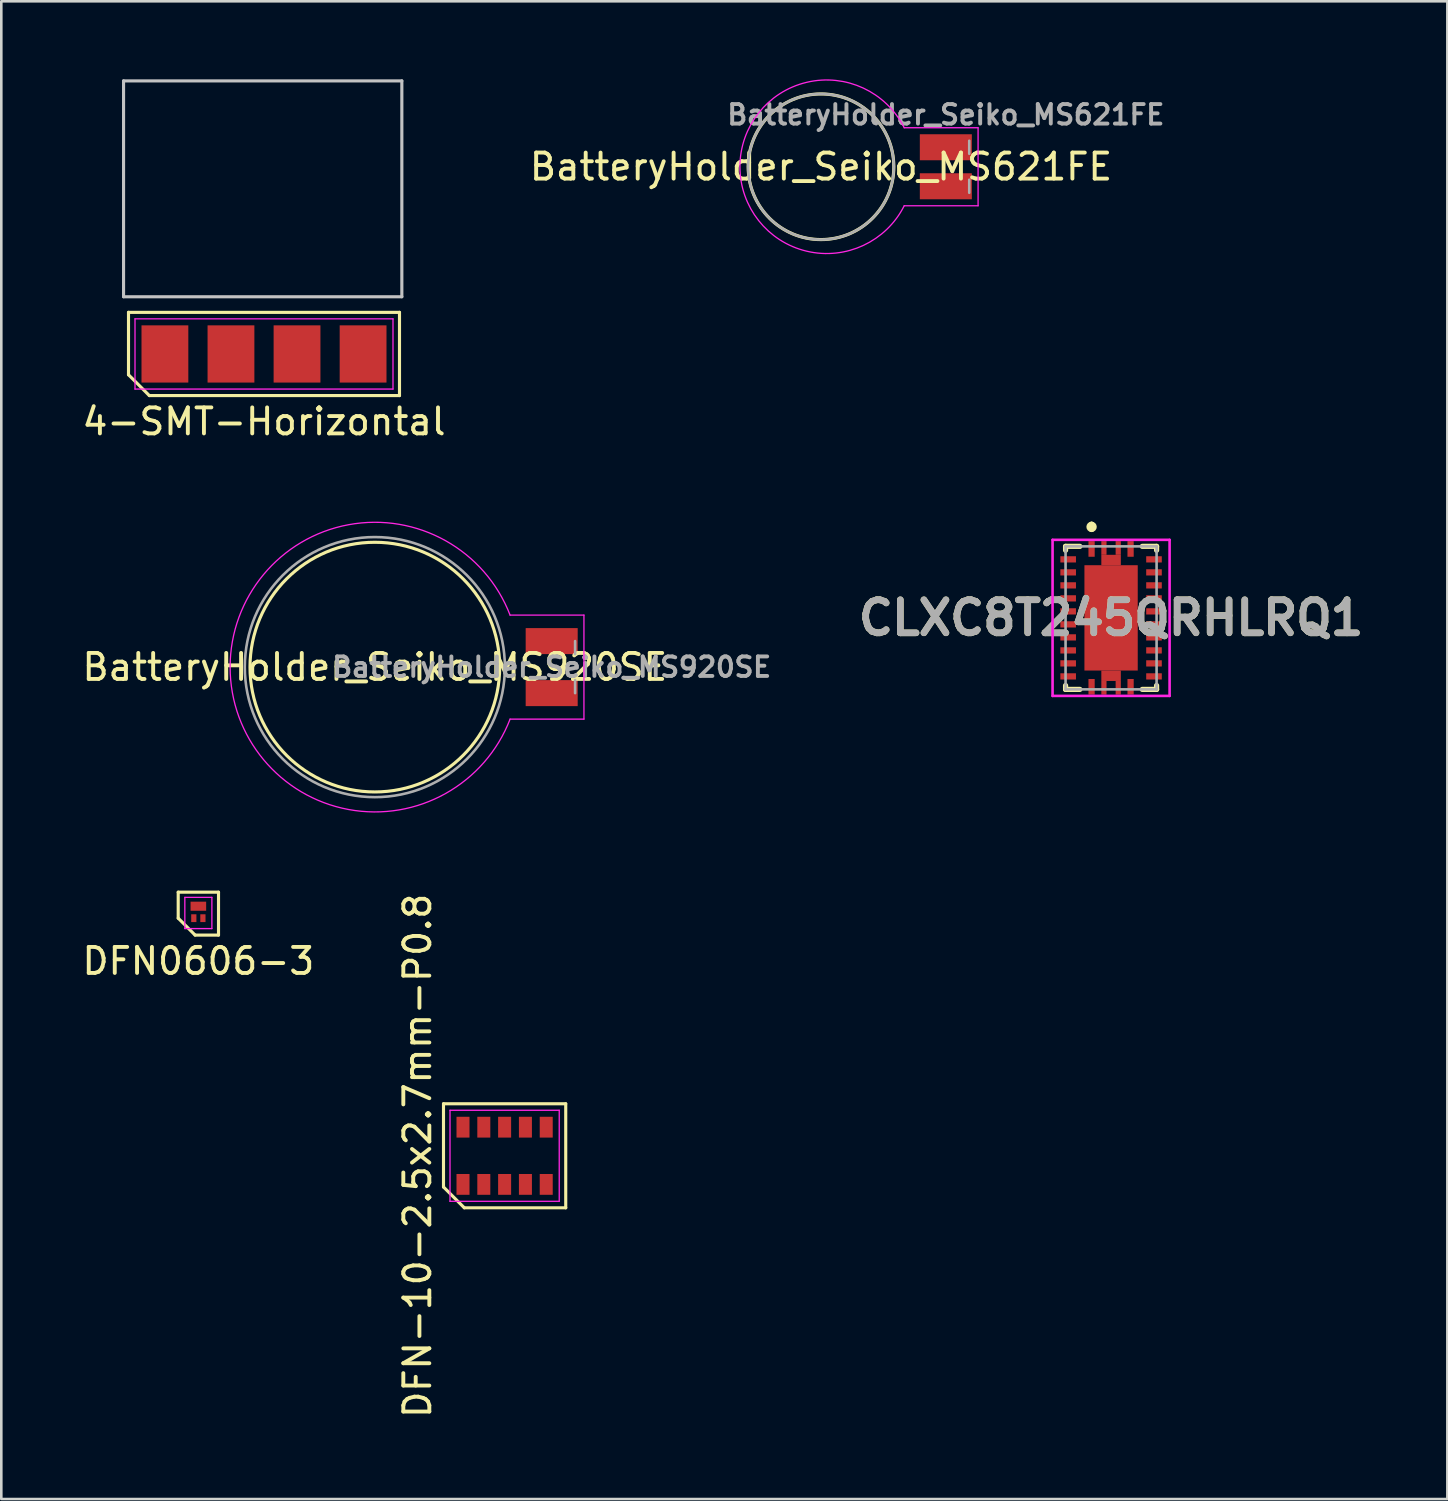
<source format=kicad_pcb>
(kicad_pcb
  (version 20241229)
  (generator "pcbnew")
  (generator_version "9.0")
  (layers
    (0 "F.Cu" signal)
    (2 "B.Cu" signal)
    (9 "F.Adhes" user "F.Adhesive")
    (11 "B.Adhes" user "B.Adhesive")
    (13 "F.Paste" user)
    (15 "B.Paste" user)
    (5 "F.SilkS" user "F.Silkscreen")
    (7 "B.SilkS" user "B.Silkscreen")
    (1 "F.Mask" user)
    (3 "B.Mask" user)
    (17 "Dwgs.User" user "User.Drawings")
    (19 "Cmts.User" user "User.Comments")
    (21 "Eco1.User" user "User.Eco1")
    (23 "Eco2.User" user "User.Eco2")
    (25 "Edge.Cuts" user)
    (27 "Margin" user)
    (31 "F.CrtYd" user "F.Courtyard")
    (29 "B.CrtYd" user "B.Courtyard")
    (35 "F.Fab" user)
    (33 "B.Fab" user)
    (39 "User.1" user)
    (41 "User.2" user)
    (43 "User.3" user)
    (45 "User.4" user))
  (footprint "CLXC8T245QRHLRQ1"
    (layer "F.Cu")
    (at 39.672 20.708)
    (property "Reference" "CLXC8T245QRHLRQ1" (at 0 0 0) (layer "F.SilkS") (effects (font (size 1.27 1.27) (thickness 0.254))))
    (attr smd)
    (fp_line (start -1.75 -2.75) (end -1.75 -2.6) (stroke (width 0.2) (type solid)) (layer "F.SilkS"))
    (fp_line (start -1.75 2.75) (end -1.75 2.6) (stroke (width 0.2) (type solid)) (layer "F.SilkS"))
    (fp_line (start -1.2 -2.75) (end -1.75 -2.75) (stroke (width 0.2) (type solid)) (layer "F.SilkS"))
    (fp_line (start -1.2 2.75) (end -1.75 2.75) (stroke (width 0.2) (type solid)) (layer "F.SilkS"))
    (fp_line (start -0.75 -3.6) (end -0.75 -3.6) (stroke (width 0.2) (type solid)) (layer "F.SilkS"))
    (fp_line (start -0.75 -3.4) (end -0.75 -3.4) (stroke (width 0.2) (type solid)) (layer "F.SilkS"))
    (fp_line (start 1.2 -2.75) (end 1.75 -2.75) (stroke (width 0.2) (type solid)) (layer "F.SilkS"))
    (fp_line (start 1.2 2.75) (end 1.75 2.75) (stroke (width 0.2) (type solid)) (layer "F.SilkS"))
    (fp_line (start 1.75 -2.75) (end 1.75 -2.6) (stroke (width 0.2) (type solid)) (layer "F.SilkS"))
    (fp_line (start 1.75 2.75) (end 1.75 2.6) (stroke (width 0.2) (type solid)) (layer "F.SilkS"))
    (fp_arc (start -0.75 -3.6) (mid -0.65 -3.5) (end -0.75 -3.4) (stroke (width 0.2) (type solid)) (layer "F.SilkS"))
    (fp_arc (start -0.75 -3.4) (mid -0.85 -3.5) (end -0.75 -3.6) (stroke (width 0.2) (type solid)) (layer "F.SilkS"))
    (fp_line (start -2.25 -3) (end 2.25 -3) (stroke (width 0.1) (type solid)) (layer "F.CrtYd"))
    (fp_line (start -2.25 3) (end -2.25 -3) (stroke (width 0.1) (type solid)) (layer "F.CrtYd"))
    (fp_line (start 2.25 -3) (end 2.25 3) (stroke (width 0.1) (type solid)) (layer "F.CrtYd"))
    (fp_line (start 2.25 3) (end -2.25 3) (stroke (width 0.1) (type solid)) (layer "F.CrtYd"))
    (fp_line (start -1.75 -2.75) (end 1.75 -2.75) (stroke (width 0.1) (type solid)) (layer "F.Fab"))
    (fp_line (start -1.75 2.75) (end -1.75 -2.75) (stroke (width 0.1) (type solid)) (layer "F.Fab"))
    (fp_line (start 1.75 -2.75) (end 1.75 2.75) (stroke (width 0.1) (type solid)) (layer "F.Fab"))
    (fp_line (start 1.75 2.75) (end -1.75 2.75) (stroke (width 0.1) (type solid)) (layer "F.Fab"))
    (fp_text user "${REFERENCE}" (at 0 0 0) (layer "F.Fab") (effects (font (size 1.27 1.27) (thickness 0.254))))
    (pad "1" smd rect (at -0.75 -2.65) (size 0.24 0.6) (layers "F.Cu" "F.Mask" "F.Paste"))
    (pad "2" smd rect (at -1.65 -2.25 90) (size 0.24 0.6) (layers "F.Cu" "F.Mask" "F.Paste"))
    (pad "3" smd rect (at -1.65 -1.75 90) (size 0.24 0.6) (layers "F.Cu" "F.Mask" "F.Paste"))
    (pad "4" smd rect (at -1.65 -1.25 90) (size 0.24 0.6) (layers "F.Cu" "F.Mask" "F.Paste"))
    (pad "5" smd rect (at -1.65 -0.75 90) (size 0.24 0.6) (layers "F.Cu" "F.Mask" "F.Paste"))
    (pad "6" smd rect (at -1.65 -0.25 90) (size 0.24 0.6) (layers "F.Cu" "F.Mask" "F.Paste"))
    (pad "7" smd rect (at -1.65 0.25 90) (size 0.24 0.6) (layers "F.Cu" "F.Mask" "F.Paste"))
    (pad "8" smd rect (at -1.65 0.75 90) (size 0.24 0.6) (layers "F.Cu" "F.Mask" "F.Paste"))
    (pad "9" smd rect (at -1.65 1.25 90) (size 0.24 0.6) (layers "F.Cu" "F.Mask" "F.Paste"))
    (pad "10" smd rect (at -1.65 1.75 90) (size 0.24 0.6) (layers "F.Cu" "F.Mask" "F.Paste"))
    (pad "11" smd rect (at -1.65 2.25 90) (size 0.24 0.6) (layers "F.Cu" "F.Mask" "F.Paste"))
    (pad "12" smd rect (at -0.75 2.65) (size 0.24 0.6) (layers "F.Cu" "F.Mask" "F.Paste"))
    (pad "13" smd rect (at 0.75 2.65) (size 0.24 0.6) (layers "F.Cu" "F.Mask" "F.Paste"))
    (pad "14" smd rect (at 1.65 2.25 90) (size 0.24 0.6) (layers "F.Cu" "F.Mask" "F.Paste"))
    (pad "15" smd rect (at 1.65 1.75 90) (size 0.24 0.6) (layers "F.Cu" "F.Mask" "F.Paste"))
    (pad "16" smd rect (at 1.65 1.25 90) (size 0.24 0.6) (layers "F.Cu" "F.Mask" "F.Paste"))
    (pad "17" smd rect (at 1.65 0.75 90) (size 0.24 0.6) (layers "F.Cu" "F.Mask" "F.Paste"))
    (pad "18" smd rect (at 1.65 0.25 90) (size 0.24 0.6) (layers "F.Cu" "F.Mask" "F.Paste"))
    (pad "19" smd rect (at 1.65 -0.25 90) (size 0.24 0.6) (layers "F.Cu" "F.Mask" "F.Paste"))
    (pad "20" smd rect (at 1.65 -0.75 90) (size 0.24 0.6) (layers "F.Cu" "F.Mask" "F.Paste"))
    (pad "21" smd rect (at 1.65 -1.25 90) (size 0.24 0.6) (layers "F.Cu" "F.Mask" "F.Paste"))
    (pad "22" smd rect (at 1.65 -1.75 90) (size 0.24 0.6) (layers "F.Cu" "F.Mask" "F.Paste"))
    (pad "23" smd rect (at 1.65 -2.25 90) (size 0.24 0.6) (layers "F.Cu" "F.Mask" "F.Paste"))
    (pad "24" smd rect (at 0.75 -2.65) (size 0.24 0.6) (layers "F.Cu" "F.Mask" "F.Paste"))
    (pad "25" smd rect (at 0 0) (size 2.05 4.05) (layers "F.Cu" "F.Mask" "F.Paste"))
    (pad "A25" smd rect (at 0 -2.225 90) (size 0.4 0.75) (layers "F.Cu" "F.Mask" "F.Paste"))
    (pad "B25" smd rect (at 0 2.225 90) (size 0.4 0.75) (layers "F.Cu" "F.Mask" "F.Paste"))
    (pad "C25" smd rect (at -0.275 -2.688) (size 0.2 0.525) (layers "F.Cu" "F.Mask" "F.Paste"))
    (pad "D25" smd rect (at 0.275 -2.688) (size 0.2 0.525) (layers "F.Cu" "F.Mask" "F.Paste"))
    (pad "E25" smd rect (at -0.275 2.688) (size 0.2 0.525) (layers "F.Cu" "F.Mask" "F.Paste"))
    (pad "F25" smd rect (at 0.275 2.688) (size 0.2 0.525) (layers "F.Cu" "F.Mask" "F.Paste")))
  (footprint "DFN0606-3"
    (layer "F.Cu")
    (at 4.577 32.255)
    (property "Reference" "DFN0606-3" (at 0 1.65 0) (layer "F.SilkS") (effects (font (size 1 1) (thickness 0.15))))
    (attr through_hole)
    (fp_line (start -0.775 -1) (end 0.775 -1) (stroke (width 0.12) (type solid)) (layer "F.SilkS"))
    (fp_line (start -0.775 0) (end -0.775 -1) (stroke (width 0.12) (type solid)) (layer "F.SilkS"))
    (fp_line (start -0.125 0.65) (end -0.775 0) (stroke (width 0.12) (type solid)) (layer "F.SilkS"))
    (fp_line (start 0.775 -1) (end 0.775 0.65) (stroke (width 0.12) (type solid)) (layer "F.SilkS"))
    (fp_line (start 0.775 0.65) (end -0.125 0.65) (stroke (width 0.12) (type solid)) (layer "F.SilkS"))
    (fp_line (start -0.52 -0.8) (end 0.52 -0.8) (stroke (width 0.05) (type solid)) (layer "F.CrtYd"))
    (fp_line (start -0.52 0.4) (end -0.52 -0.8) (stroke (width 0.05) (type solid)) (layer "F.CrtYd"))
    (fp_line (start 0.52 -0.8) (end 0.52 0.4) (stroke (width 0.05) (type solid)) (layer "F.CrtYd"))
    (fp_line (start 0.52 0.4) (end -0.52 0.4) (stroke (width 0.05) (type solid)) (layer "F.CrtYd"))
    (pad "1" smd rect (at -0.175 0) (size 0.2 0.3) (layers "F.Cu" "F.Mask" "F.Paste"))
    (pad "2" smd rect (at 0.175 0) (size 0.2 0.3) (layers "F.Cu" "F.Mask" "F.Paste"))
    (pad "3" smd rect (at 0 -0.46) (size 0.6 0.35) (layers "F.Cu" "F.Mask" "F.Paste")))
  (footprint "BatteryHolder_Seiko_MS920SE"
    (layer "F.Cu")
    (at 18.163 22.601)
    (property "Reference" "BatteryHolder_Seiko_MS920SE" (at -6.8 0 0) (layer "F.SilkS") (effects (font (size 1 1) (thickness 0.15))))
    (attr smd)
    (fp_circle (center -6.8 0) (end -2 0) (stroke (width 0.12) (type solid)) (fill no) (layer "F.SilkS"))
    (fp_line (start -1.6 -2) (end 1.24 -2) (stroke (width 0.05) (type solid)) (layer "F.CrtYd"))
    (fp_line (start 1.24 -2) (end 1.24 2) (stroke (width 0.05) (type solid)) (layer "F.CrtYd"))
    (fp_line (start 1.24 2) (end -1.6 2) (stroke (width 0.05) (type solid)) (layer "F.CrtYd"))
    (fp_arc (start -1.6 2) (mid -12.364817 0) (end -1.6 -1.999999) (stroke (width 0.05) (type solid)) (layer "F.CrtYd"))
    (fp_line (start 0.9 -1) (end 0.9 -0.5) (stroke (width 0.1) (type solid)) (layer "F.Fab"))
    (fp_line (start 0.9 0.5) (end 0.9 1) (stroke (width 0.1) (type solid)) (layer "F.Fab"))
    (fp_circle (center -6.8 0) (end -1.8 0) (stroke (width 0.1) (type solid)) (fill no) (layer "F.Fab"))
    (fp_text user "${REFERENCE}" (at 0 0 0) (layer "F.Fab") (effects (font (size 0.75 0.75) (thickness 0.15))))
    (pad "1" smd rect (at 0 -1) (size 2 1) (layers "F.Cu" "F.Mask" "F.Paste"))
    (pad "2" smd rect (at 0 1) (size 2 1) (layers "F.Cu" "F.Mask" "F.Paste")))
  (footprint "BatteryHolder_Seiko_MS621FE"
    (layer "F.Cu")
    (at 33.318 3.362)
    (property "Reference" "BatteryHolder_Seiko_MS621FE" (at -4.8 0 0) (layer "F.SilkS") (effects (font (size 1 1) (thickness 0.15))))
    (attr smd)
    (fp_circle (center -4.8 0) (end -2 0) (stroke (width 0.12) (type solid)) (fill no) (layer "F.SilkS"))
    (fp_line (start -1.6 -1.5) (end 1.24 -1.5) (stroke (width 0.05) (type solid)) (layer "F.CrtYd"))
    (fp_line (start 1.24 -1.5) (end 1.24 1.5) (stroke (width 0.05) (type solid)) (layer "F.CrtYd"))
    (fp_line (start 1.24 1.5) (end -1.6 1.5) (stroke (width 0.05) (type solid)) (layer "F.CrtYd"))
    (fp_arc (start -1.6 1.5) (mid -7.917149 0) (end -1.6 -1.5) (stroke (width 0.05) (type solid)) (layer "F.CrtYd"))
    (fp_line (start 0.9 -1) (end 0.9 -0.5) (stroke (width 0.1) (type solid)) (layer "F.Fab"))
    (fp_line (start 0.9 0.5) (end 0.9 1) (stroke (width 0.1) (type solid)) (layer "F.Fab"))
    (fp_circle (center -4.8 0) (end -2 0) (stroke (width 0.1) (type solid)) (fill no) (layer "F.Fab"))
    (fp_text user "${REFERENCE}" (at 0 -2 0) (layer "F.Fab") (effects (font (size 0.75 0.75) (thickness 0.15))))
    (pad "1" smd rect (at 0 -0.75) (size 2 1) (layers "F.Cu" "F.Mask" "F.Paste"))
    (pad "2" smd rect (at 0 0.75) (size 2 1) (layers "F.Cu" "F.Mask" "F.Paste")))
  (footprint "4-SMT-Horizontal"
    (layer "F.Cu")
    (at 7.101 10.56)
    (property "Reference" "4-SMT-Horizontal" (at 0 2.6 0) (layer "F.SilkS") (effects (font (size 1 1) (thickness 0.15))))
    (attr through_hole)
    (fp_line (start -5.21 -1.6) (end 5.21 -1.6) (stroke (width 0.12) (type solid)) (layer "F.SilkS"))
    (fp_line (start -5.21 0.8) (end -5.21 -1.6) (stroke (width 0.12) (type solid)) (layer "F.SilkS"))
    (fp_line (start -4.41 1.6) (end -5.21 0.8) (stroke (width 0.12) (type solid)) (layer "F.SilkS"))
    (fp_line (start 5.21 -1.6) (end 5.21 1.6) (stroke (width 0.12) (type solid)) (layer "F.SilkS"))
    (fp_line (start 5.21 1.6) (end -4.41 1.6) (stroke (width 0.12) (type solid)) (layer "F.SilkS"))
    (fp_line (start -5.4 -10.5) (end 5.3 -10.5) (stroke (width 0.12) (type solid)) (layer "Dwgs.User"))
    (fp_line (start -5.4 -2.2) (end -5.4 -10.5) (stroke (width 0.12) (type solid)) (layer "Dwgs.User"))
    (fp_line (start -5.4 -2.2) (end 5.3 -2.2) (stroke (width 0.12) (type solid)) (layer "Dwgs.User"))
    (fp_line (start 5.3 -2.2) (end 5.3 -10.5) (stroke (width 0.12) (type solid)) (layer "Dwgs.User"))
    (fp_line (start -4.96 -1.35) (end 4.96 -1.35) (stroke (width 0.05) (type solid)) (layer "F.CrtYd"))
    (fp_line (start -4.96 1.35) (end -4.96 -1.35) (stroke (width 0.05) (type solid)) (layer "F.CrtYd"))
    (fp_line (start 4.96 -1.35) (end 4.96 1.35) (stroke (width 0.05) (type solid)) (layer "F.CrtYd"))
    (fp_line (start 4.96 1.35) (end -4.96 1.35) (stroke (width 0.05) (type solid)) (layer "F.CrtYd"))
    (pad "1" smd rect (at -3.81 0) (size 1.8 2.2) (layers "F.Cu" "F.Mask" "F.Paste"))
    (pad "2" smd rect (at -1.27 0) (size 1.8 2.2) (layers "F.Cu" "F.Mask" "F.Paste"))
    (pad "3" smd rect (at 1.27 0) (size 1.8 2.2) (layers "F.Cu" "F.Mask" "F.Paste"))
    (pad "4" smd rect (at 3.81 0) (size 1.8 2.2) (layers "F.Cu" "F.Mask" "F.Paste")))
  (footprint "DFN-10-2.5x2.7mm-P0.8"
    (layer "F.Cu")
    (at 16.353 41.391)
    (property "Reference" "DFN-10-2.5x2.7mm-P0.8" (at -3.35 0 90) (layer "F.SilkS") (effects (font (size 1 1) (thickness 0.15))))
    (attr through_hole)
    (fp_line (start -2.35 -2) (end 2.35 -2) (stroke (width 0.12) (type solid)) (layer "F.SilkS"))
    (fp_line (start -2.35 1.2) (end -2.35 -2) (stroke (width 0.12) (type solid)) (layer "F.SilkS"))
    (fp_line (start -1.55 2) (end -2.35 1.2) (stroke (width 0.12) (type solid)) (layer "F.SilkS"))
    (fp_line (start 2.35 -2) (end 2.35 2) (stroke (width 0.12) (type solid)) (layer "F.SilkS"))
    (fp_line (start 2.35 2) (end -1.55 2) (stroke (width 0.12) (type solid)) (layer "F.SilkS"))
    (fp_line (start -2.1 -1.75) (end 2.1 -1.75) (stroke (width 0.05) (type solid)) (layer "F.CrtYd"))
    (fp_line (start -2.1 1.75) (end -2.1 -1.75) (stroke (width 0.05) (type solid)) (layer "F.CrtYd"))
    (fp_line (start 2.1 -1.75) (end 2.1 1.75) (stroke (width 0.05) (type solid)) (layer "F.CrtYd"))
    (fp_line (start 2.1 1.75) (end -2.1 1.75) (stroke (width 0.05) (type solid)) (layer "F.CrtYd"))
    (pad "1" smd rect (at -1.6 1.1) (size 0.5 0.8) (layers "F.Cu" "F.Mask" "F.Paste"))
    (pad "2" smd rect (at -0.8 1.1) (size 0.5 0.8) (layers "F.Cu" "F.Mask" "F.Paste"))
    (pad "3" smd rect (at 0 1.1) (size 0.5 0.8) (layers "F.Cu" "F.Mask" "F.Paste"))
    (pad "4" smd rect (at 0.8 1.1) (size 0.5 0.8) (layers "F.Cu" "F.Mask" "F.Paste"))
    (pad "5" smd rect (at 1.6 1.1) (size 0.5 0.8) (layers "F.Cu" "F.Mask" "F.Paste"))
    (pad "6" smd rect (at 1.6 -1.1) (size 0.5 0.8) (layers "F.Cu" "F.Mask" "F.Paste"))
    (pad "7" smd rect (at 0.8 -1.1) (size 0.5 0.8) (layers "F.Cu" "F.Mask" "F.Paste"))
    (pad "8" smd rect (at 0 -1.1) (size 0.5 0.8) (layers "F.Cu" "F.Mask" "F.Paste"))
    (pad "9" smd rect (at -0.8 -1.1) (size 0.5 0.8) (layers "F.Cu" "F.Mask" "F.Paste"))
    (pad "10" smd rect (at -1.6 -1.1) (size 0.5 0.8) (layers "F.Cu" "F.Mask" "F.Paste")))
  (gr_rect
    (start -3 -3)
    (end 52.602 54.588)
    (stroke (width 0.1) (type default))
    (fill no)
    (layer "Edge.Cuts")))
</source>
